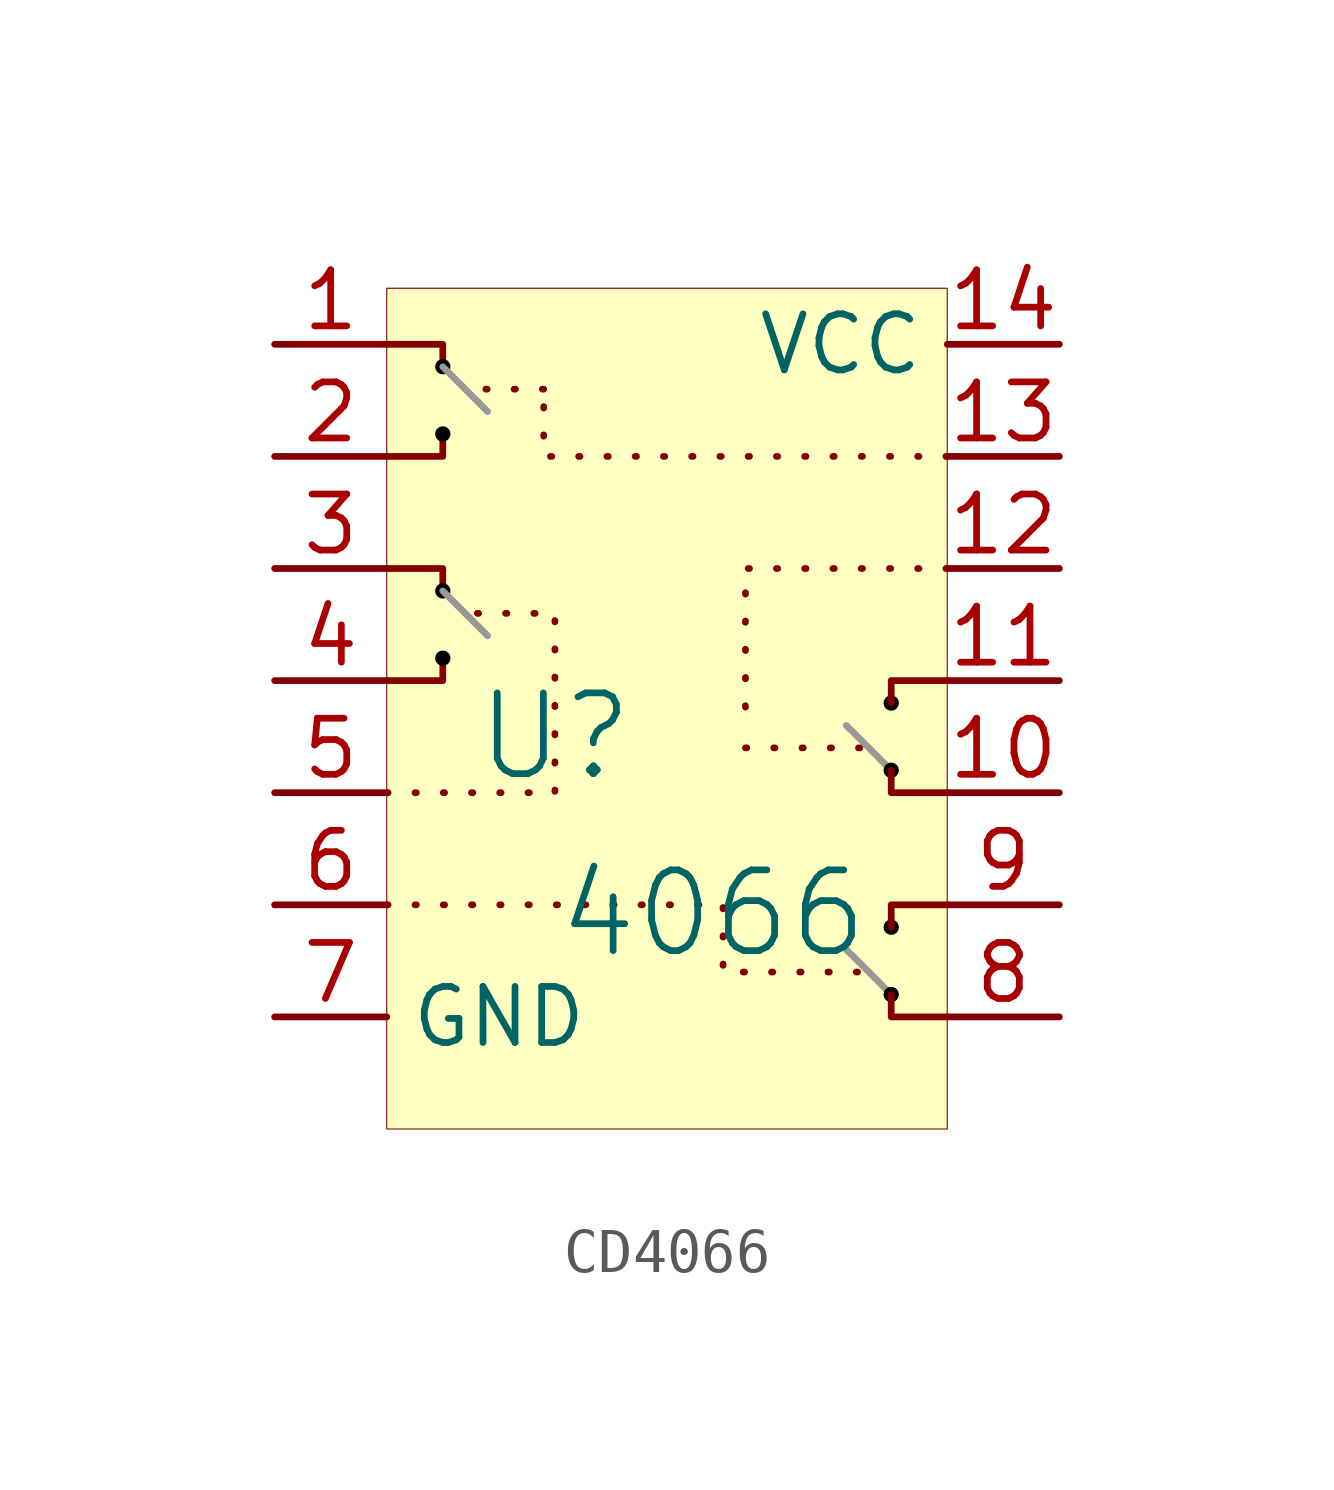
<source format=kicad_sym>
(kicad_symbol_lib
  (version 20241209)
  (generator "kicad_symbol_editor")
  (generator_version "9.0")
  (symbol "CD4066"
    (property "Reference" "U"
      (at -1.27 1.27 0)
      (effects (font (size 1.829 1.829))))
    (property "Value" "4066"
      (at -1.27 -3.81 0)
      (effects (font (size 1.829 1.829)) (justify left bottom)))
    (symbol "CD4066_1_0"
      (polyline (pts (xy -5.08 10.16) (xy -3.81 10.16) (xy -3.81 9.652)) (stroke (width 0) (type solid)) (fill (type none)))
      (polyline (pts (xy -5.08 7.62) (xy -3.81 7.62) (xy -3.81 8.128)) (stroke (width 0) (type solid)) (fill (type none)))
      (polyline (pts (xy -5.08 5.08) (xy -3.81 5.08) (xy -3.81 4.572)) (stroke (width 0) (type solid)) (fill (type none)))
      (polyline (pts (xy -5.08 2.54) (xy -3.81 2.54) (xy -3.81 3.048)) (stroke (width 0) (type solid)) (fill (type none)))
      (polyline (pts (xy -5.08 0) (xy -1.27 0) (xy -1.27 4.064) (xy -3.302 4.064)) (stroke (width 0) (type dot)) (fill (type none)))
      (polyline (pts (xy -5.08 -2.54) (xy 2.54 -2.54) (xy 2.54 -4.064) (xy 5.842 -4.064)) (stroke (width 0) (type dot)) (fill (type none)))
      (circle (center -3.81 9.652) (radius 0.097) (stroke (width 0) (type solid) (color 0 0 0 1)) (fill (type outline)))
      (polyline (pts (xy -3.81 9.652) (xy -2.794 8.636)) (stroke (width 0) (type solid) (color 153 153 153 1)) (fill (type none)))
      (circle (center -3.81 8.128) (radius 0.097) (stroke (width 0) (type solid) (color 0 0 0 1)) (fill (type outline)))
      (circle (center -3.81 4.572) (radius 0.097) (stroke (width 0) (type solid) (color 0 0 0 1)) (fill (type outline)))
      (polyline (pts (xy -3.81 4.572) (xy -2.794 3.556)) (stroke (width 0) (type solid) (color 153 153 153 1)) (fill (type none)))
      (circle (center -3.81 3.048) (radius 0.097) (stroke (width 0) (type solid) (color 0 0 0 1)) (fill (type outline)))
      (polyline (pts (xy -1.524 9.144) (xy -3.302 9.144)) (stroke (width 0) (type dot)) (fill (type none)))
      (polyline (pts (xy 3.048 1.016) (xy 5.842 1.016)) (stroke (width 0) (type dot)) (fill (type none)))
      (polyline (pts (xy 5.334 1.524) (xy 6.35 0.508)) (stroke (width 0) (type solid) (color 153 153 153 1)) (fill (type none)))
      (polyline (pts (xy 5.334 -3.556) (xy 6.35 -4.572)) (stroke (width 0) (type solid) (color 153 153 153 1)) (fill (type none)))
      (circle (center 6.35 2.032) (radius 0.097) (stroke (width 0) (type solid) (color 0 0 0 1)) (fill (type outline)))
      (circle (center 6.35 0.508) (radius 0.097) (stroke (width 0) (type solid) (color 0 0 0 1)) (fill (type outline)))
      (circle (center 6.35 -3.048) (radius 0.097) (stroke (width 0) (type solid) (color 0 0 0 1)) (fill (type outline)))
      (circle (center 6.35 -4.572) (radius 0.097) (stroke (width 0) (type solid) (color 0 0 0 1)) (fill (type outline)))
      (rectangle (start 7.62 11.43) (end -5.08 -7.62) (stroke (width 0.025) (type solid) (color 128 0 0 1)) (fill (type background)))
      (polyline (pts (xy 7.62 7.62) (xy -1.524 7.62) (xy -1.524 9.144)) (stroke (width 0) (type dot)) (fill (type none)))
      (polyline (pts (xy 7.62 5.08) (xy 3.048 5.08) (xy 3.048 1.524)) (stroke (width 0) (type dot)) (fill (type none)))
      (polyline (pts (xy 7.62 2.54) (xy 6.35 2.54) (xy 6.35 2.032)) (stroke (width 0) (type solid)) (fill (type none)))
      (polyline (pts (xy 7.62 0) (xy 6.35 0) (xy 6.35 0.508)) (stroke (width 0) (type solid)) (fill (type none)))
      (polyline (pts (xy 7.62 -2.54) (xy 6.35 -2.54) (xy 6.35 -3.048)) (stroke (width 0) (type solid)) (fill (type none)))
      (polyline (pts (xy 7.62 -5.08) (xy 6.35 -5.08) (xy 6.35 -4.572)) (stroke (width 0) (type solid)) (fill (type none)))
      (pin passive line (at -7.62 10.16 0) (length 2.54) (name "Input1" (effects (font (size 0 0)))) (number "1" (effects (font (size 1.27 1.27)))))
      (pin passive line (at -7.62 7.62 0) (length 2.54) (name "Output1" (effects (font (size 0 0)))) (number "2" (effects (font (size 1.27 1.27)))))
      (pin passive line (at -7.62 5.08 0) (length 2.54) (name "Input2" (effects (font (size 0 0)))) (number "3" (effects (font (size 1.27 1.27)))))
      (pin passive line (at -7.62 2.54 0) (length 2.54) (name "Output2" (effects (font (size 0 0)))) (number "4" (effects (font (size 1.27 1.27)))))
      (pin passive line (at -7.62 0 0) (length 2.54) (name "Control2" (effects (font (size 0 0)))) (number "5" (effects (font (size 1.27 1.27)))))
      (pin passive line (at -7.62 -2.54 0) (length 2.54) (name "Control3" (effects (font (size 0 0)))) (number "6" (effects (font (size 1.27 1.27)))))
      (pin passive line (at -7.62 -5.08 0) (length 2.54) (name "GND" (effects (font (size 1.27 1.27)))) (number "7" (effects (font (size 1.27 1.27)))))
      (pin passive line (at 10.16 10.16 180) (length 2.54) (name "VCC" (effects (font (size 1.27 1.27)))) (number "14" (effects (font (size 1.27 1.27)))))
      (pin passive line (at 10.16 7.62 180) (length 2.54) (name "Control1" (effects (font (size 0 0)))) (number "13" (effects (font (size 1.27 1.27)))))
      (pin passive line (at 10.16 5.08 180) (length 2.54) (name "Control4" (effects (font (size 0 0)))) (number "12" (effects (font (size 1.27 1.27)))))
      (pin passive line (at 10.16 2.54 180) (length 2.54) (name "Output4" (effects (font (size 0 0)))) (number "11" (effects (font (size 1.27 1.27)))))
      (pin passive line (at 10.16 0 180) (length 2.54) (name "Input4" (effects (font (size 0 0)))) (number "10" (effects (font (size 1.27 1.27)))))
      (pin passive line (at 10.16 -2.54 180) (length 2.54) (name "Output3" (effects (font (size 0 0)))) (number "9" (effects (font (size 1.27 1.27)))))
      (pin passive line (at 10.16 -5.08 180) (length 2.54) (name "Input3" (effects (font (size 0 0)))) (number "8" (effects (font (size 1.27 1.27))))))))
</source>
